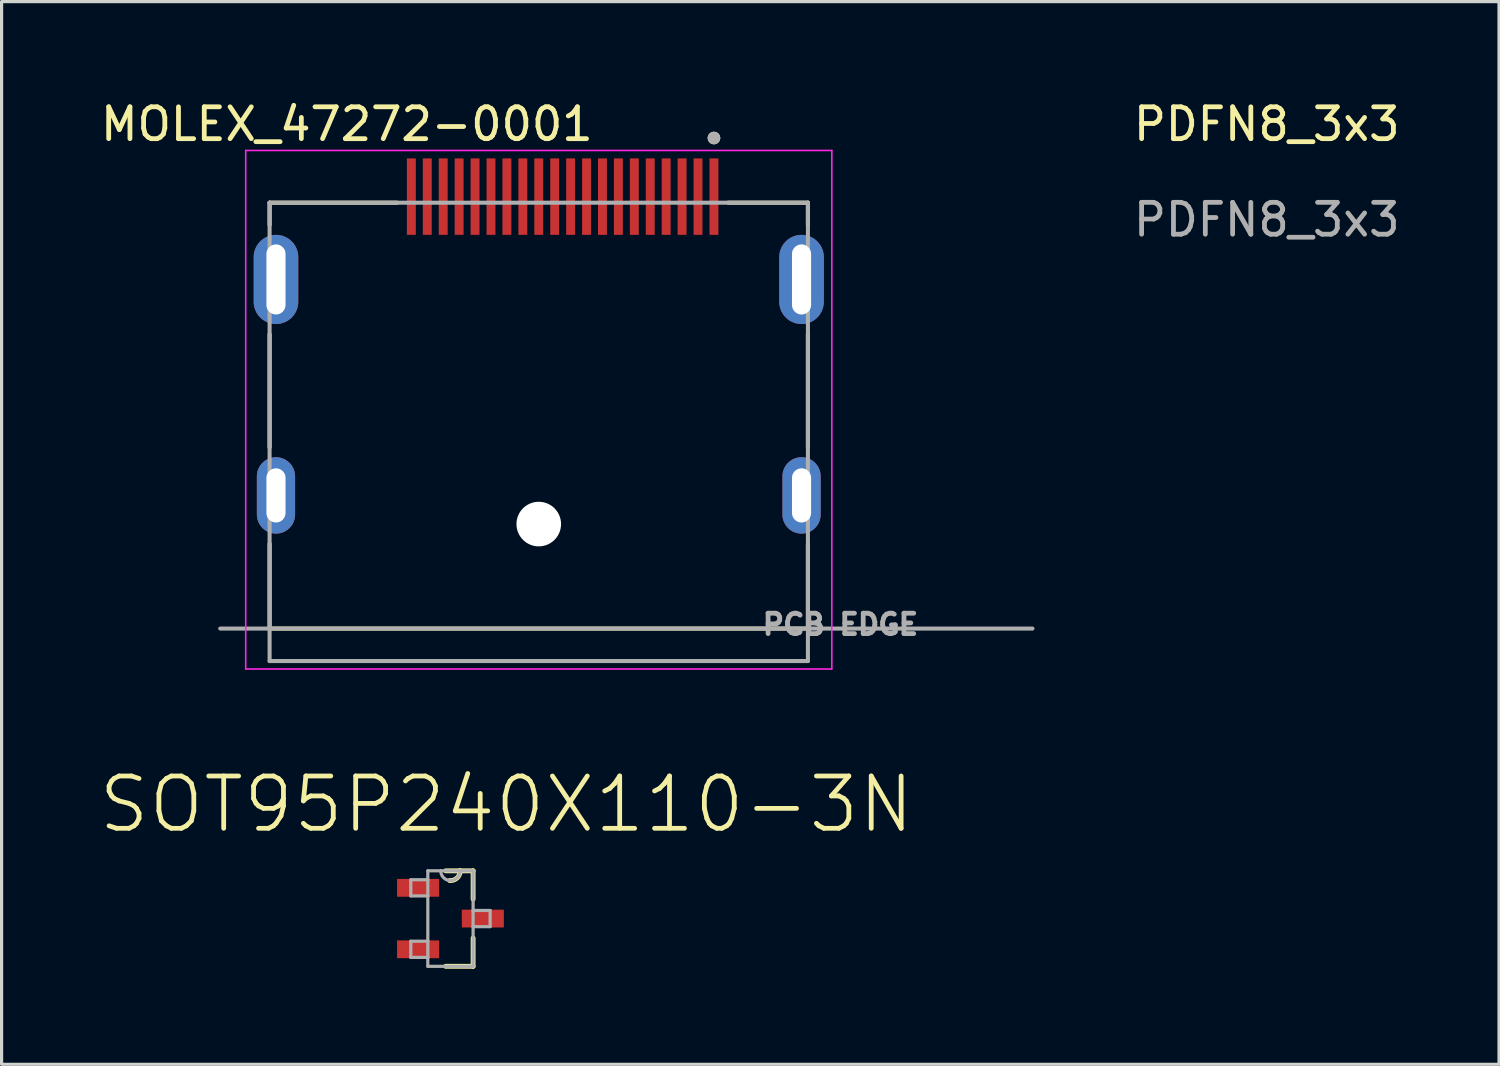
<source format=kicad_pcb>
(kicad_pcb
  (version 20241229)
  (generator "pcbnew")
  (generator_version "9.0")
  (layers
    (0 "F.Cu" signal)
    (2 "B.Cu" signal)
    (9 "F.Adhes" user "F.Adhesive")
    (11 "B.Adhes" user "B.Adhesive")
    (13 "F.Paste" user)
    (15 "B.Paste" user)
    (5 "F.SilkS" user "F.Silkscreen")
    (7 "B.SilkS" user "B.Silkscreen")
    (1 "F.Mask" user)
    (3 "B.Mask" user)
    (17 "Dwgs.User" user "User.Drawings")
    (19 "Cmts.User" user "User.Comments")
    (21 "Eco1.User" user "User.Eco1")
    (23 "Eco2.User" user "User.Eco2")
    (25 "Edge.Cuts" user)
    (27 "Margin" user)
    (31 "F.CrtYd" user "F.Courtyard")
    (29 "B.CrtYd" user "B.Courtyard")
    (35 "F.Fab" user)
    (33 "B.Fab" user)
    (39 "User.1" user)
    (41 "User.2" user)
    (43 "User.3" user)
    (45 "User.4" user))
  (footprint "PDFN8_3x3"
    (layer "F.Cu")
    (at 36.719 1.348)
    (property "Reference" "PDFN8_3x3" (at 0 -0.5 0) (unlocked yes) (layer "F.SilkS") (effects (font (size 1 1) (thickness 0.15))))
    (attr smd)
    (fp_text user "${REFERENCE}" (at 0 2.5 0) (unlocked yes) (layer "F.Fab") (effects (font (size 1 1) (thickness 0.15)))))
  (footprint "SOT95P240X110-3N"
    (layer "F.Cu")
    (at 11.092 25.788)
    (property "Reference" "SOT95P240X110-3N" (at 1.755 -3.586 0) (layer "F.SilkS") (effects (font (size 1.642 1.642) (thickness 0.15))))
    (attr through_hole)
    (fp_line (start -0.152 1.499) (end 0.711 1.499) (stroke (width 0.152) (type solid)) (layer "F.SilkS"))
    (fp_line (start 0.305 -1.499) (end -0.152 -1.499) (stroke (width 0.152) (type solid)) (layer "F.SilkS"))
    (fp_line (start 0.711 -1.499) (end 0.305 -1.499) (stroke (width 0.152) (type solid)) (layer "F.SilkS"))
    (fp_line (start 0.711 -0.61) (end 0.711 -1.499) (stroke (width 0.152) (type solid)) (layer "F.SilkS"))
    (fp_line (start 0.711 1.499) (end 0.711 0.61) (stroke (width 0.152) (type solid)) (layer "F.SilkS"))
    (fp_arc (start 0.3048 -1.4986) (mid 0.206758 -1.273554) (end -0.0254 -1.1938) (stroke (width 0.1524) (type solid)) (layer "F.SilkS"))
    (fp_line (start -1.245 -1.219) (end -1.245 -0.711) (stroke (width 0.1) (type solid)) (layer "F.Fab"))
    (fp_line (start -1.245 -0.711) (end -0.711 -0.711) (stroke (width 0.1) (type solid)) (layer "F.Fab"))
    (fp_line (start -1.245 0.711) (end -1.245 1.219) (stroke (width 0.1) (type solid)) (layer "F.Fab"))
    (fp_line (start -1.245 1.219) (end -0.711 1.219) (stroke (width 0.1) (type solid)) (layer "F.Fab"))
    (fp_line (start -0.711 -1.499) (end -0.711 -1.219) (stroke (width 0.1) (type solid)) (layer "F.Fab"))
    (fp_line (start -0.711 -1.219) (end -1.245 -1.219) (stroke (width 0.1) (type solid)) (layer "F.Fab"))
    (fp_line (start -0.711 -1.219) (end -0.711 -0.711) (stroke (width 0.1) (type solid)) (layer "F.Fab"))
    (fp_line (start -0.711 -0.711) (end -0.711 0.711) (stroke (width 0.1) (type solid)) (layer "F.Fab"))
    (fp_line (start -0.711 0.711) (end -1.245 0.711) (stroke (width 0.1) (type solid)) (layer "F.Fab"))
    (fp_line (start -0.711 1.219) (end -0.711 0.711) (stroke (width 0.1) (type solid)) (layer "F.Fab"))
    (fp_line (start -0.711 1.499) (end -0.711 1.219) (stroke (width 0.1) (type solid)) (layer "F.Fab"))
    (fp_line (start -0.711 1.499) (end 0.711 1.499) (stroke (width 0.1) (type solid)) (layer "F.Fab"))
    (fp_line (start -0.305 -1.499) (end -0.711 -1.499) (stroke (width 0.1) (type solid)) (layer "F.Fab"))
    (fp_line (start 0.305 -1.499) (end -0.305 -1.499) (stroke (width 0.1) (type solid)) (layer "F.Fab"))
    (fp_line (start 0.711 -1.499) (end 0.305 -1.499) (stroke (width 0.1) (type solid)) (layer "F.Fab"))
    (fp_line (start 0.711 -0.254) (end 0.711 -1.499) (stroke (width 0.1) (type solid)) (layer "F.Fab"))
    (fp_line (start 0.711 0.254) (end 0.711 -0.254) (stroke (width 0.1) (type solid)) (layer "F.Fab"))
    (fp_line (start 0.711 0.254) (end 1.245 0.254) (stroke (width 0.1) (type solid)) (layer "F.Fab"))
    (fp_line (start 0.711 1.499) (end 0.711 0.254) (stroke (width 0.1) (type solid)) (layer "F.Fab"))
    (fp_line (start 1.245 -0.254) (end 0.711 -0.254) (stroke (width 0.1) (type solid)) (layer "F.Fab"))
    (fp_line (start 1.245 0.254) (end 1.245 -0.254) (stroke (width 0.1) (type solid)) (layer "F.Fab"))
    (fp_arc (start 0.3048 -1.4986) (mid 0 -1.1938) (end -0.3048 -1.4986) (stroke (width 0.1) (type solid)) (layer "F.Fab"))
    (pad "1" smd rect (at -1.016 -0.965) (size 1.321 0.559) (layers "F.Cu" "F.Mask" "F.Paste"))
    (pad "2" smd rect (at -1.016 0.965) (size 1.321 0.559) (layers "F.Cu" "F.Mask" "F.Paste"))
    (pad "3" smd rect (at 1.016 0) (size 1.321 0.559) (layers "F.Cu" "F.Mask" "F.Paste")))
  (footprint "MOLEX_47272-0001"
    (layer "F.Cu")
    (at 13.864 16.683)
    (property "Reference" "MOLEX_47272-0001" (at -6.025 -15.835 0) (layer "F.SilkS") (effects (font (size 1 1) (thickness 0.15))))
    (attr through_hole)
    (fp_line (start -8.45 -13.37) (end -8.45 -12.67) (stroke (width 0.127) (type solid)) (layer "F.SilkS"))
    (fp_line (start -8.45 -9.24) (end -8.45 -5.69) (stroke (width 0.127) (type solid)) (layer "F.SilkS"))
    (fp_line (start -8.45 -2.66) (end -8.45 0) (stroke (width 0.127) (type solid)) (layer "F.SilkS"))
    (fp_line (start -8.45 0) (end 8.45 0) (stroke (width 0.127) (type solid)) (layer "F.SilkS"))
    (fp_line (start -4.45 -13.37) (end -8.45 -13.37) (stroke (width 0.127) (type solid)) (layer "F.SilkS"))
    (fp_line (start 8.45 -13.37) (end 5.95 -13.37) (stroke (width 0.127) (type solid)) (layer "F.SilkS"))
    (fp_line (start 8.45 -13.37) (end 8.45 -12.67) (stroke (width 0.127) (type solid)) (layer "F.SilkS"))
    (fp_line (start 8.45 -9.24) (end 8.45 -5.69) (stroke (width 0.127) (type solid)) (layer "F.SilkS"))
    (fp_line (start 8.45 -2.66) (end 8.45 0) (stroke (width 0.127) (type solid)) (layer "F.SilkS"))
    (fp_circle (center 5.5 -15.4) (end 5.6 -15.4) (stroke (width 0.2) (type solid)) (fill no) (layer "F.SilkS"))
    (fp_line (start -9.2 -15.01) (end 9.2 -15.01) (stroke (width 0.05) (type solid)) (layer "F.CrtYd"))
    (fp_line (start -9.2 1.27) (end -9.2 -15.01) (stroke (width 0.05) (type solid)) (layer "F.CrtYd"))
    (fp_line (start 9.2 -15.01) (end 9.2 1.27) (stroke (width 0.05) (type solid)) (layer "F.CrtYd"))
    (fp_line (start 9.2 1.27) (end -9.2 1.27) (stroke (width 0.05) (type solid)) (layer "F.CrtYd"))
    (fp_line (start -8.45 -13.37) (end 8.45 -13.37) (stroke (width 0.127) (type solid)) (layer "F.Fab"))
    (fp_line (start -8.45 1.02) (end -8.45 -13.37) (stroke (width 0.127) (type solid)) (layer "F.Fab"))
    (fp_line (start 8.45 -13.37) (end 8.45 1.02) (stroke (width 0.127) (type solid)) (layer "F.Fab"))
    (fp_line (start 8.45 1.02) (end -8.45 1.02) (stroke (width 0.127) (type solid)) (layer "F.Fab"))
    (fp_line (start 15.5 0) (end -10 0) (stroke (width 0.127) (type solid)) (layer "F.Fab"))
    (fp_circle (center 5.5 -15.4) (end 5.6 -15.4) (stroke (width 0.2) (type solid)) (fill no) (layer "F.Fab"))
    (fp_text user "PCB EDGE" (at 9.47 -0.13 0) (layer "F.Fab") (effects (font (size 0.64 0.64) (thickness 0.15))))
    (pad "" np_thru_hole circle (at 0 -3.28) (size 1.4 1.4) (drill 1.4) (layers "*.Cu" "*.Mask"))
    (pad "1" smd rect (at 5.5 -13.56 90) (size 2.4 0.28) (layers "F.Cu" "F.Mask" "F.Paste"))
    (pad "2" smd rect (at 5 -13.56 90) (size 2.4 0.28) (layers "F.Cu" "F.Mask" "F.Paste"))
    (pad "3" smd rect (at 4.5 -13.56 90) (size 2.4 0.28) (layers "F.Cu" "F.Mask" "F.Paste"))
    (pad "4" smd rect (at 4 -13.56 90) (size 2.4 0.28) (layers "F.Cu" "F.Mask" "F.Paste"))
    (pad "5" smd rect (at 3.5 -13.56 90) (size 2.4 0.28) (layers "F.Cu" "F.Mask" "F.Paste"))
    (pad "6" smd rect (at 3 -13.56 90) (size 2.4 0.28) (layers "F.Cu" "F.Mask" "F.Paste"))
    (pad "7" smd rect (at 2.5 -13.56 90) (size 2.4 0.28) (layers "F.Cu" "F.Mask" "F.Paste"))
    (pad "8" smd rect (at 2 -13.56 90) (size 2.4 0.28) (layers "F.Cu" "F.Mask" "F.Paste"))
    (pad "9" smd rect (at 1.5 -13.56 90) (size 2.4 0.28) (layers "F.Cu" "F.Mask" "F.Paste"))
    (pad "10" smd rect (at 1 -13.56 90) (size 2.4 0.28) (layers "F.Cu" "F.Mask" "F.Paste"))
    (pad "11" smd rect (at 0.5 -13.56 90) (size 2.4 0.28) (layers "F.Cu" "F.Mask" "F.Paste"))
    (pad "12" smd rect (at 0 -13.56 90) (size 2.4 0.28) (layers "F.Cu" "F.Mask" "F.Paste"))
    (pad "13" smd rect (at -0.5 -13.56 90) (size 2.4 0.28) (layers "F.Cu" "F.Mask" "F.Paste"))
    (pad "14" smd rect (at -1 -13.56 90) (size 2.4 0.28) (layers "F.Cu" "F.Mask" "F.Paste"))
    (pad "15" smd rect (at -1.5 -13.56 90) (size 2.4 0.28) (layers "F.Cu" "F.Mask" "F.Paste"))
    (pad "16" smd rect (at -2 -13.56 90) (size 2.4 0.28) (layers "F.Cu" "F.Mask" "F.Paste"))
    (pad "17" smd rect (at -2.5 -13.56 90) (size 2.4 0.28) (layers "F.Cu" "F.Mask" "F.Paste"))
    (pad "18" smd rect (at -3 -13.56 90) (size 2.4 0.28) (layers "F.Cu" "F.Mask" "F.Paste"))
    (pad "19" smd rect (at -3.5 -13.56 90) (size 2.4 0.28) (layers "F.Cu" "F.Mask" "F.Paste"))
    (pad "20" smd rect (at -4 -13.56 90) (size 2.4 0.28) (layers "F.Cu" "F.Mask" "F.Paste"))
    (pad "S1" thru_hole oval (at -8.25 -10.96) (size 1.4 2.8) (drill oval 0.6 2.2) (layers "*.Cu" "*.Mask"))
    (pad "S2" thru_hole oval (at 8.25 -10.96) (size 1.4 2.8) (drill oval 0.6 2.2) (layers "*.Cu" "*.Mask"))
    (pad "S3" thru_hole oval (at -8.25 -4.18) (size 1.2 2.4) (drill oval 0.6 1.7) (layers "*.Cu" "*.Mask"))
    (pad "S4" thru_hole oval (at 8.25 -4.18) (size 1.2 2.4) (drill oval 0.6 1.7) (layers "*.Cu" "*.Mask")))
  (gr_rect
    (start -3 -3)
    (end 44.011 30.363)
    (stroke (width 0.1) (type default))
    (fill no)
    (layer "Edge.Cuts")))
</source>
